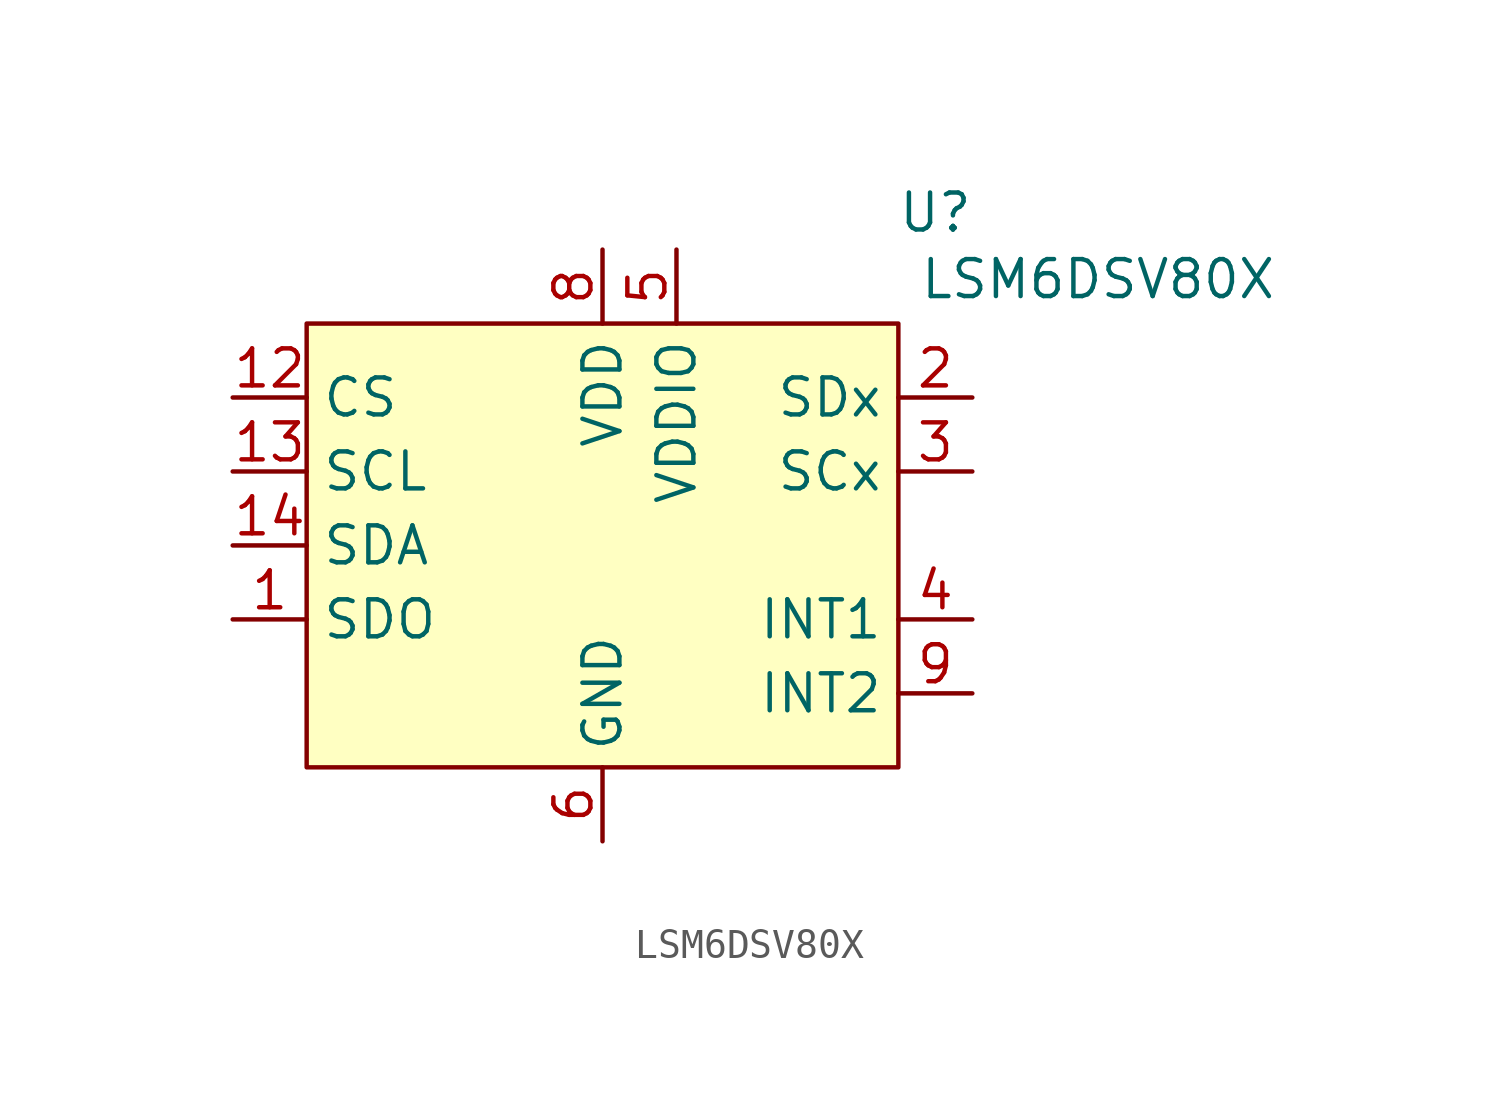
<source format=kicad_sym>
(kicad_symbol_lib
  (version 20241209)
  (generator "kicad_symbol_editor")
  (generator_version "9.0")
  (symbol "LSM6DSV80X"
    (property "Reference" "U"
      (at 11.43 3.81 0)
      (effects (font (size 1.27 1.27))))
    (property "Value" "LSM6DSV80X"
      (at 17.018 1.524 0)
      (effects (font (size 1.27 1.27))))
    (symbol "LSM6DSV80X_0_0"
      (pin input line (at -12.7 -2.54 0) (length 2.54) (name "CS" (effects (font (size 1.27 1.27)))) (number "12" (effects (font (size 1.27 1.27)))))
      (pin input line (at -12.7 -5.08 0) (length 2.54) (name "SCL" (effects (font (size 1.27 1.27)))) (number "13" (effects (font (size 1.27 1.27)))))
      (pin bidirectional line (at -12.7 -7.62 0) (length 2.54) (name "SDA" (effects (font (size 1.27 1.27)))) (number "14" (effects (font (size 1.27 1.27)))))
      (pin output line (at -12.7 -10.16 0) (length 2.54) (name "SDO" (effects (font (size 1.27 1.27)))) (number "1" (effects (font (size 1.27 1.27)))))
      (pin power_in line (at 0 2.54 270) (length 2.54) (name "VDD" (effects (font (size 1.27 1.27)))) (number "8" (effects (font (size 1.27 1.27)))))
      (pin power_in line (at 0 -17.78 90) (length 2.54) (name "GND" (effects (font (size 1.27 1.27)))) (number "6" (effects (font (size 1.27 1.27)))))
      (pin power_in line (at 0 -17.78 90) (length 2.54) (hide yes) (name "GND" (effects (font (size 1.27 1.27)))) (number "7" (effects (font (size 1.27 1.27)))))
      (pin power_in line (at 2.54 2.54 270) (length 2.54) (name "VDDIO" (effects (font (size 1.27 1.27)))) (number "5" (effects (font (size 1.27 1.27)))))
      (pin no_connect line (at 2.54 -17.78 90) (length 2.54) (hide yes) (name "NC" (effects (font (size 1.27 1.27)))) (number "10" (effects (font (size 1.27 1.27)))))
      (pin no_connect line (at 2.54 -17.78 90) (length 2.54) (hide yes) (name "NC" (effects (font (size 1.27 1.27)))) (number "11" (effects (font (size 1.27 1.27)))))
      (pin bidirectional line (at 12.7 -2.54 180) (length 2.54) (name "SDx" (effects (font (size 1.27 1.27)))) (number "2" (effects (font (size 1.27 1.27)))))
      (pin output line (at 12.7 -5.08 180) (length 2.54) (name "SCx" (effects (font (size 1.27 1.27)))) (number "3" (effects (font (size 1.27 1.27)))))
      (pin output line (at 12.7 -10.16 180) (length 2.54) (name "INT1" (effects (font (size 1.27 1.27)))) (number "4" (effects (font (size 1.27 1.27)))))
      (pin output line (at 12.7 -12.7 180) (length 2.54) (name "INT2" (effects (font (size 1.27 1.27)))) (number "9" (effects (font (size 1.27 1.27))))))
    (symbol "LSM6DSV80X_1_1"
      (rectangle (start -10.16 0) (end 10.16 -15.24) (stroke (width 0) (type solid)) (fill (type background))))))
</source>
